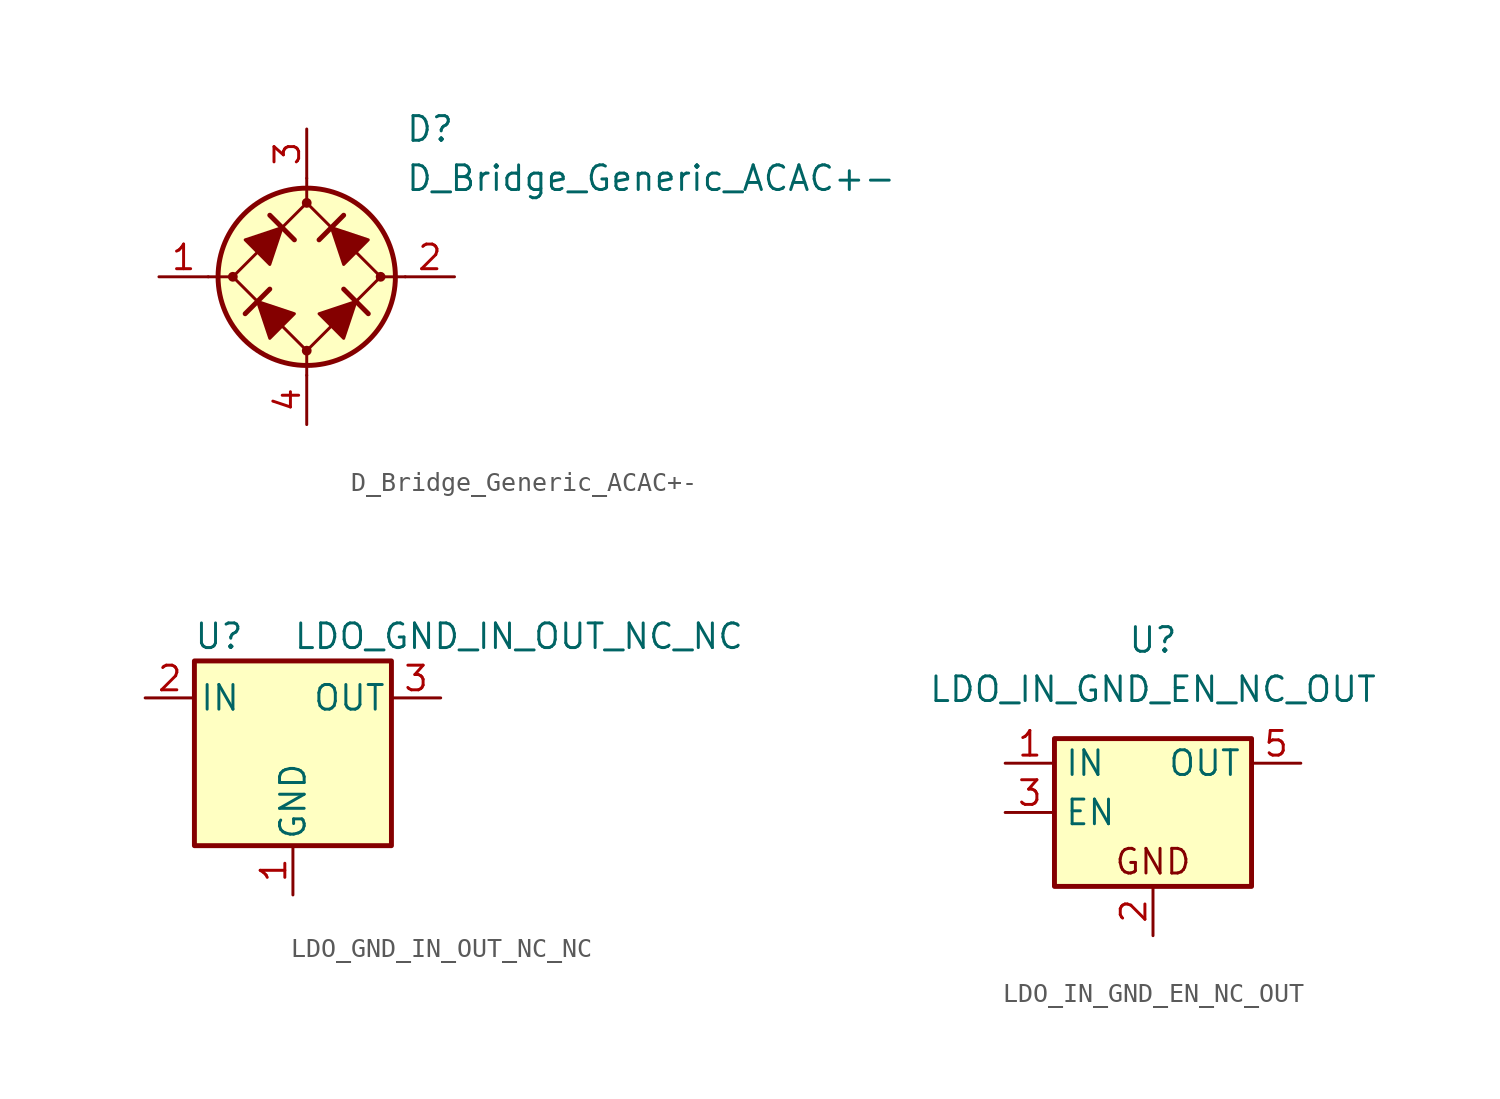
<source format=kicad_sym>
(kicad_symbol_lib
  (version 20231120)
  (generator "kicad_symbol_editor")
  (generator_version "8.0")
  (symbol "D_Bridge_Generic_ACAC+-"
    (pin_names
      (offset 1.016) hide)
    (property "Reference" "D"
      (at 5.08 7.62 0)
      (effects (font (size 1.27 1.27)) (justify left)))
    (property "Value" "D_Bridge_Generic_ACAC+-"
      (at 5.08 5.08 0)
      (effects (font (size 1.27 1.27)) (justify left)))
    (symbol "D_Bridge_Generic_ACAC+-_0_1"
      (circle (center -3.81 0) (radius 0.178) (stroke (width 0) (type default)) (fill (type outline)))
      (polyline (pts (xy -5.08 0) (xy -3.81 0)) (stroke (width 0) (type default)) (fill (type none)))
      (polyline (pts (xy -1.905 -0.635) (xy -3.175 -1.905)) (stroke (width 0.254) (type default)) (fill (type none)))
      (polyline (pts (xy -1.905 3.175) (xy -0.635 1.905)) (stroke (width 0.254) (type default)) (fill (type none)))
      (polyline (pts (xy 0 -5.08) (xy 0 -3.81)) (stroke (width 0) (type default)) (fill (type none)))
      (polyline (pts (xy 0 5.08) (xy 0 3.81)) (stroke (width 0) (type default)) (fill (type none)))
      (polyline (pts (xy 1.905 3.175) (xy 0.635 1.905)) (stroke (width 0.254) (type default)) (fill (type none)))
      (polyline (pts (xy 3.175 -1.905) (xy 1.905 -0.635)) (stroke (width 0.254) (type default)) (fill (type none)))
      (polyline (pts (xy 5.08 0) (xy 3.81 0)) (stroke (width 0) (type default)) (fill (type none)))
      (polyline (pts (xy -2.54 -1.27) (xy -1.905 -3.175) (xy -0.635 -1.905) (xy -2.54 -1.27)) (stroke (width 0) (type default)) (fill (type outline)))
      (polyline (pts (xy -1.27 2.54) (xy -1.905 0.635) (xy -3.175 1.905) (xy -1.27 2.54)) (stroke (width 0) (type default)) (fill (type outline)))
      (polyline (pts (xy 1.27 2.54) (xy 3.175 1.905) (xy 1.905 0.635) (xy 1.27 2.54)) (stroke (width 0) (type default)) (fill (type outline)))
      (polyline (pts (xy 2.54 -1.27) (xy 0.635 -1.905) (xy 1.905 -3.175) (xy 2.54 -1.27)) (stroke (width 0) (type default)) (fill (type outline)))
      (polyline (pts (xy 0 3.81) (xy -3.81 0) (xy 0 -3.81) (xy 3.81 0) (xy 0 3.81)) (stroke (width 0) (type default)) (fill (type none)))
      (circle (center 0 0) (radius 4.572) (stroke (width 0.254) (type default)) (fill (type background))))
    (symbol "D_Bridge_Generic_ACAC+-_1_1"
      (circle (center 0 -3.81) (radius 0.178) (stroke (width 0) (type default)) (fill (type outline)))
      (circle (center 0 3.81) (radius 0.178) (stroke (width 0) (type default)) (fill (type outline)))
      (circle (center 3.81 0) (radius 0.178) (stroke (width 0) (type default)) (fill (type outline)))
      (pin passive line (at -7.62 0 0) (length 2.54) (name "AC" (effects (font (size 1.27 1.27)))) (number "1" (effects (font (size 1.27 1.27)))))
      (pin passive line (at 7.62 0 180) (length 2.54) (name "AC" (effects (font (size 1.27 1.27)))) (number "2" (effects (font (size 1.27 1.27)))))
      (pin passive line (at 0 7.62 270) (length 2.54) (name "+" (effects (font (size 1.27 1.27)))) (number "3" (effects (font (size 1.27 1.27)))))
      (pin passive line (at 0 -7.62 90) (length 2.54) (name "-" (effects (font (size 1.27 1.27)))) (number "4" (effects (font (size 1.27 1.27)))))))
  (symbol "LDO_GND_IN_OUT_NC_NC"
    (pin_names
      (offset 0.254))
    (property "Reference" "U"
      (at -3.81 5.715 0)
      (effects (font (size 1.27 1.27))))
    (property "Value" "LDO_GND_IN_OUT_NC_NC"
      (at 0 5.715 0)
      (effects (font (size 1.27 1.27)) (justify left)))
    (symbol "LDO_GND_IN_OUT_NC_NC_0_1"
      (rectangle (start -5.08 4.445) (end 5.08 -5.08) (stroke (width 0.254) (type default)) (fill (type background))))
    (symbol "LDO_GND_IN_OUT_NC_NC_1_1"
      (pin power_in line (at 0 -7.62 90) (length 2.54) (name "GND" (effects (font (size 1.27 1.27)))) (number "1" (effects (font (size 1.27 1.27)))))
      (pin power_in line (at -7.62 2.54 0) (length 2.54) (name "IN" (effects (font (size 1.27 1.27)))) (number "2" (effects (font (size 1.27 1.27)))))
      (pin power_out line (at 7.62 2.54 180) (length 2.54) (name "OUT" (effects (font (size 1.27 1.27)))) (number "3" (effects (font (size 1.27 1.27)))))
      (pin no_connect line (at -5.08 0 0) (length 2.54) hide (name "NC" (effects (font (size 1.27 1.27)))) (number "4" (effects (font (size 1.27 1.27)))))
      (pin no_connect line (at 5.08 0 180) (length 2.54) hide (name "NC" (effects (font (size 1.27 1.27)))) (number "5" (effects (font (size 1.27 1.27)))))))
  (symbol "LDO_IN_GND_EN_NC_OUT"
    (property "Reference" "U"
      (at 0 8.89 0)
      (effects (font (size 1.27 1.27))))
    (property "Value" "LDO_IN_GND_EN_NC_OUT"
      (at 0 6.35 0)
      (effects (font (size 1.27 1.27))))
    (symbol "LDO_IN_GND_EN_NC_OUT_0_0"
      (rectangle (start -5.08 3.81) (end 5.08 -3.81) (stroke (width 0.254) (type default)) (fill (type background)))
      (text "GND" (at 0 -2.54 0) (effects (font (size 1.27 1.27)))))
    (symbol "LDO_IN_GND_EN_NC_OUT_1_1"
      (pin power_in line (at -7.62 2.54 0) (length 2.54) (name "IN" (effects (font (size 1.27 1.27)))) (number "1" (effects (font (size 1.27 1.27)))))
      (pin power_in line (at 0 -6.35 90) (length 2.54) (name "~" (effects (font (size 1.27 1.27)))) (number "2" (effects (font (size 1.27 1.27)))))
      (pin input line (at -7.62 0 0) (length 2.54) (name "EN" (effects (font (size 1.27 1.27)))) (number "3" (effects (font (size 1.27 1.27)))))
      (pin free line (at 0 0 0) (length 2.54) hide (name "NC" (effects (font (size 1.27 1.27)))) (number "4" (effects (font (size 1.27 1.27)))))
      (pin power_out line (at 7.62 2.54 180) (length 2.54) (name "OUT" (effects (font (size 1.27 1.27)))) (number "5" (effects (font (size 1.27 1.27))))))))
</source>
